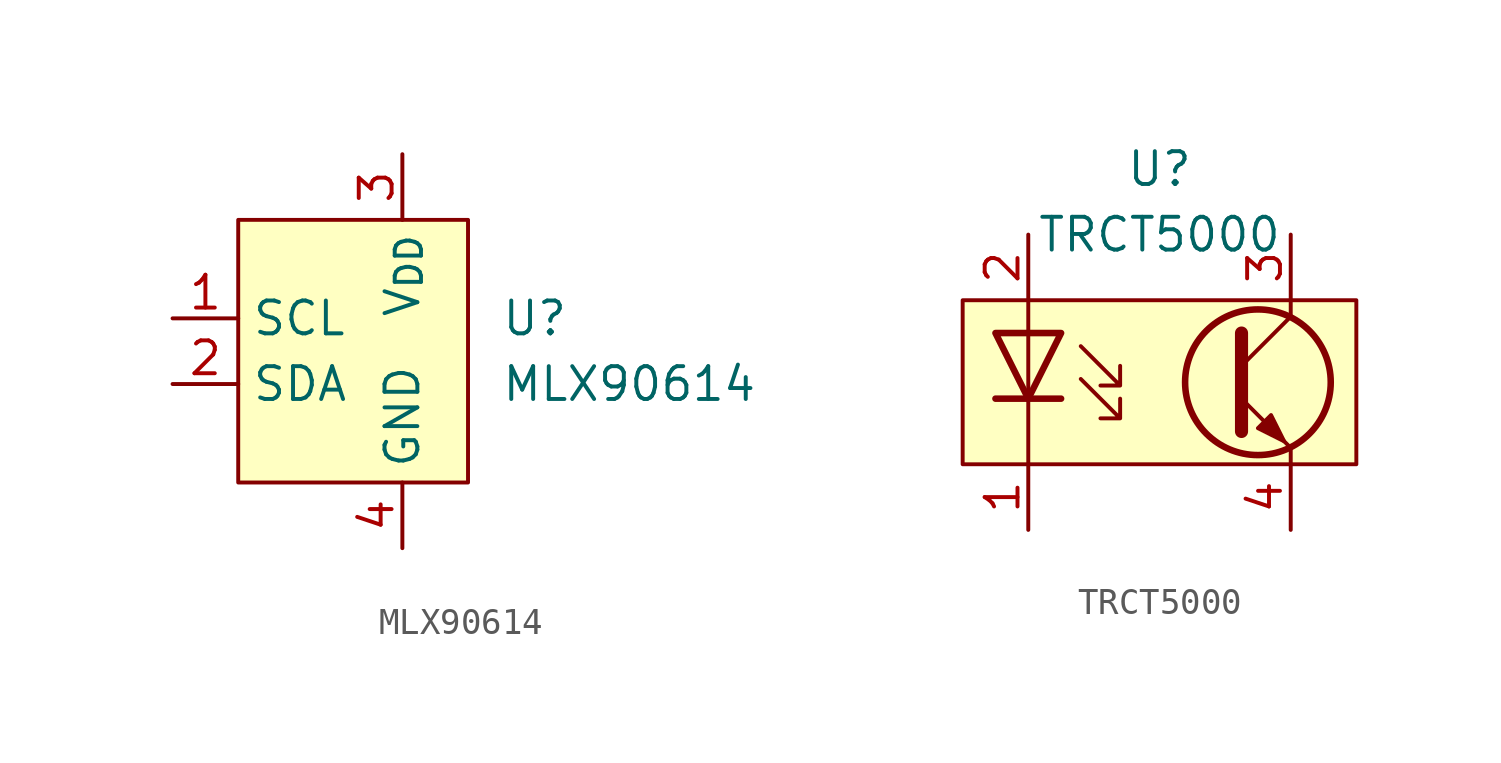
<source format=kicad_sym>
(kicad_symbol_lib
  (version 20211014)
  (generator kicad_symbol_editor)
  (symbol "MLX90614"
    (property "Reference" "U"
      (at 3.81 1.27 0)
      (effects (font (size 1.27 1.27)) (justify left)))
    (property "Value" "MLX90614"
      (at 3.81 -1.27 0)
      (effects (font (size 1.27 1.27)) (justify left)))
    (symbol "MLX90614_0_1"
      (rectangle (start -6.35 5.08) (end 2.54 -5.08) (stroke (width 0.152) (type default) (color 0 0 0 0)) (fill (type background))))
    (symbol "MLX90614_1_1"
      (pin open_collector line (at -8.89 1.27 0) (length 2.54) (name "SCL" (effects (font (size 1.27 1.27)))) (number "1" (effects (font (size 1.27 1.27)))))
      (pin open_collector line (at -8.89 -1.27 0) (length 2.54) (name "SDA" (effects (font (size 1.27 1.27)))) (number "2" (effects (font (size 1.27 1.27)))))
      (pin power_in line (at 0 7.62 270) (length 2.54) (name "V_{DD}" (effects (font (size 1.27 1.27)))) (number "3" (effects (font (size 1.27 1.27)))))
      (pin power_in line (at 0 -7.62 90) (length 2.54) (name "GND" (effects (font (size 1.27 1.27)))) (number "4" (effects (font (size 1.27 1.27)))))))
  (symbol "TRCT5000"
    (property "Reference" "U"
      (at 0 7.62 0)
      (effects (font (size 1.27 1.27))))
    (property "Value" "TRCT5000"
      (at 0 5.08 0)
      (effects (font (size 1.27 1.27))))
    (symbol "TRCT5000_0_1"
      (rectangle (start -7.62 2.54) (end 7.62 -3.81) (stroke (width 0.152) (type default) (color 0 0 0 0)) (fill (type background)))
      (polyline (pts (xy -5.08 -3.81) (xy -5.08 2.54)) (stroke (width 0) (type default) (color 0 0 0 0)) (fill (type none)))
      (polyline (pts (xy -3.81 -1.27) (xy -6.35 -1.27)) (stroke (width 0.254) (type default) (color 0 0 0 0)) (fill (type none)))
      (polyline (pts (xy 3.175 0) (xy 5.08 1.905)) (stroke (width 0) (type default) (color 0 0 0 0)) (fill (type none)))
      (polyline (pts (xy 5.08 -3.81) (xy 5.08 -3.175)) (stroke (width 0) (type default) (color 0 0 0 0)) (fill (type none)))
      (polyline (pts (xy 5.08 1.905) (xy 5.08 2.54)) (stroke (width 0) (type default) (color 0 0 0 0)) (fill (type none)))
      (polyline (pts (xy 3.175 -1.27) (xy 5.08 -3.175) (xy 5.08 -3.175)) (stroke (width 0) (type default) (color 0 0 0 0)) (fill (type none)))
      (polyline (pts (xy 3.175 1.27) (xy 3.175 -2.54) (xy 3.175 -2.54)) (stroke (width 0.508) (type default) (color 0 0 0 0)) (fill (type none)))
      (polyline (pts (xy -3.81 1.27) (xy -6.35 1.27) (xy -5.08 -1.27) (xy -3.81 1.27)) (stroke (width 0.254) (type default) (color 0 0 0 0)) (fill (type none)))
      (polyline (pts (xy -3.048 -0.508) (xy -1.524 -2.032) (xy -1.524 -1.27) (xy -1.524 -2.032) (xy -2.286 -2.032)) (stroke (width 0) (type default) (color 0 0 0 0)) (fill (type none)))
      (polyline (pts (xy -3.048 0.762) (xy -1.524 -0.762) (xy -1.524 0) (xy -1.524 -0.762) (xy -2.286 -0.762)) (stroke (width 0) (type default) (color 0 0 0 0)) (fill (type none)))
      (polyline (pts (xy 3.81 -2.413) (xy 4.318 -1.905) (xy 4.826 -2.921) (xy 3.81 -2.413) (xy 3.81 -2.413)) (stroke (width 0) (type default) (color 0 0 0 0)) (fill (type outline)))
      (circle (center 3.81 -0.635) (radius 2.819) (stroke (width 0.254) (type default) (color 0 0 0 0)) (fill (type none))))
    (symbol "TRCT5000_1_1"
      (pin passive line (at -5.08 -6.35 90) (length 2.54) (name "" (effects (font (size 1.27 1.27)))) (number "1" (effects (font (size 1.27 1.27)))))
      (pin passive line (at -5.08 5.08 270) (length 2.54) (name "" (effects (font (size 1.27 1.27)))) (number "2" (effects (font (size 1.27 1.27)))))
      (pin passive line (at 5.08 5.08 270) (length 2.54) (name "" (effects (font (size 1.27 1.27)))) (number "3" (effects (font (size 1.27 1.27)))))
      (pin passive line (at 5.08 -6.35 90) (length 2.54) (name "" (effects (font (size 1.27 1.27)))) (number "4" (effects (font (size 1.27 1.27))))))))
</source>
